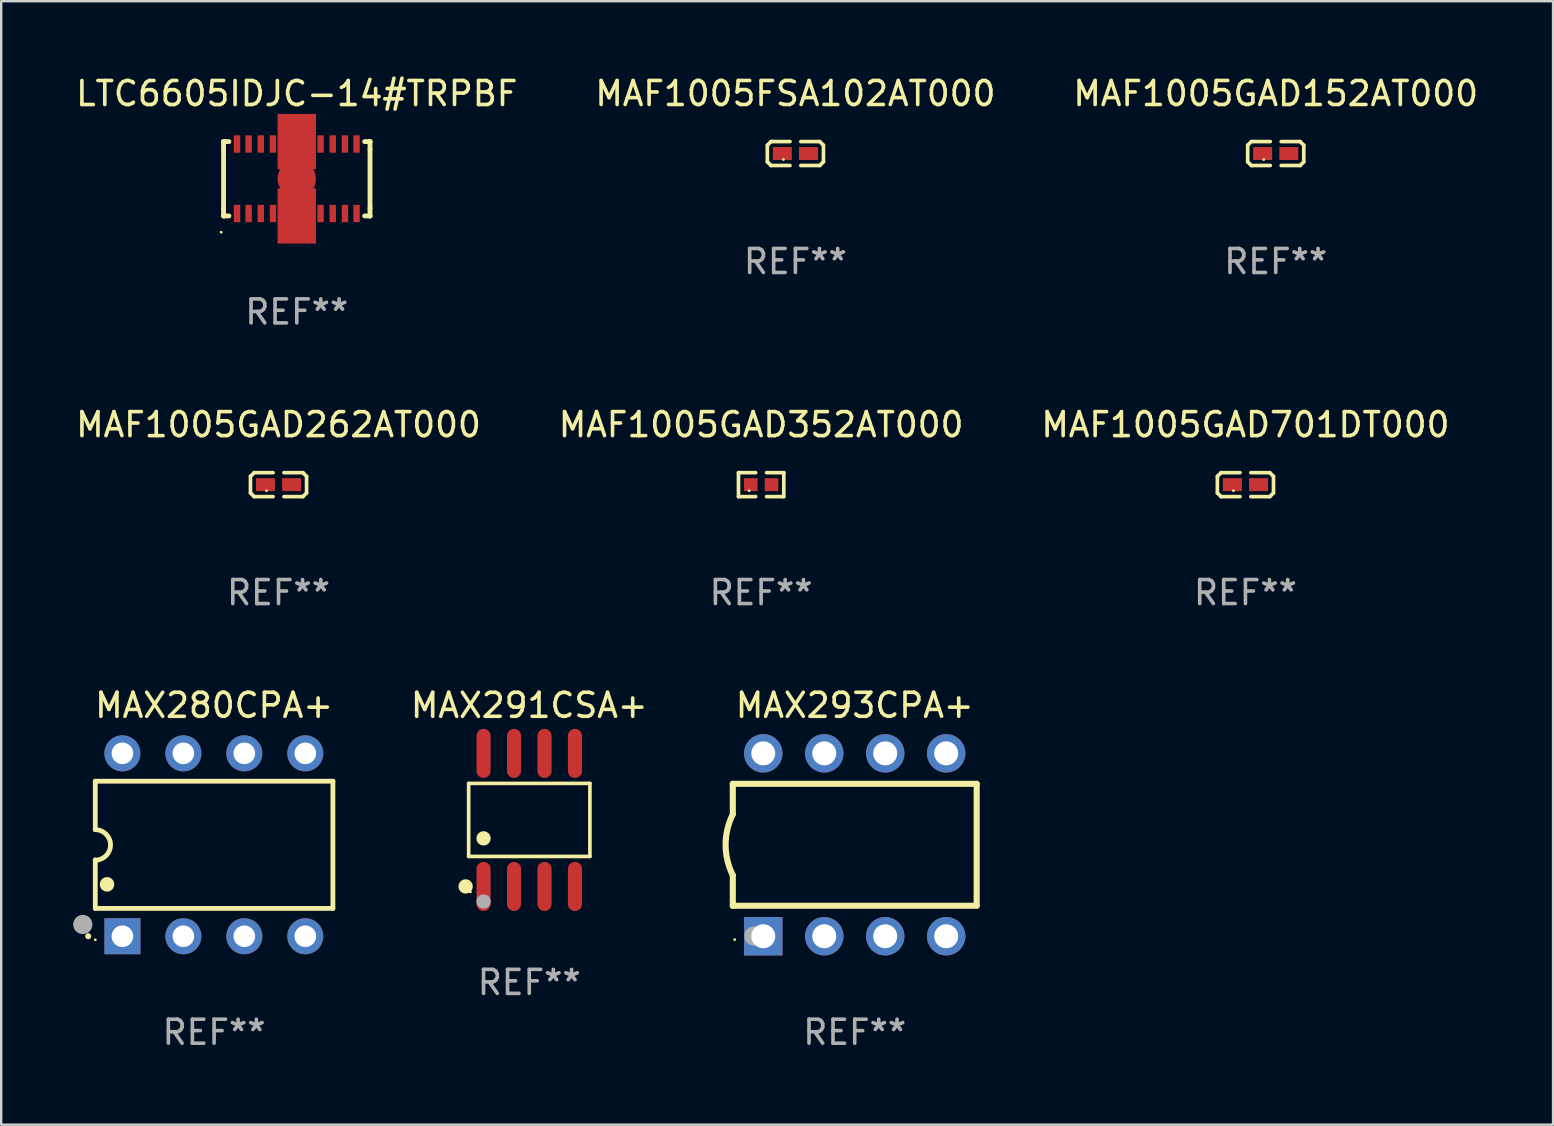
<source format=kicad_pcb>
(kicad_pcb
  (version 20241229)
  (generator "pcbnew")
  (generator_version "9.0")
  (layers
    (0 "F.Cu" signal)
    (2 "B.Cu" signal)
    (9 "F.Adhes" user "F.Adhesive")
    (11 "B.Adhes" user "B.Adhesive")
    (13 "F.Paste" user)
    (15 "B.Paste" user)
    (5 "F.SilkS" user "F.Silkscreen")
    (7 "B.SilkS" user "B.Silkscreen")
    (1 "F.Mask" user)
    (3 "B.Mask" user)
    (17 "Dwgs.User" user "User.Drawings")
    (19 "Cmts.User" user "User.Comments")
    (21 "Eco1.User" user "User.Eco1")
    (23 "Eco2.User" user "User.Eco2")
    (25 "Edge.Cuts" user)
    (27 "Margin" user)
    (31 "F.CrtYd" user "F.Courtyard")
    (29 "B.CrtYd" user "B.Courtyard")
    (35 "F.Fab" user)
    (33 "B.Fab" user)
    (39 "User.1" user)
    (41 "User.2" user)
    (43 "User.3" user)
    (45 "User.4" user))
  (footprint "MAF1005GAD701DT000"
    (layer "F.Cu")
    (at 48.839 17.142)
    (property "Reference" "MAF1005GAD701DT000" (at 0 -2.499 0) (layer "F.SilkS") (effects (font (size 1 1) (thickness 0.15))))
    (attr through_hole)
    (fp_line (start -1.169 -0.346) (end -1.016 -0.499) (stroke (width 0.152) (type solid)) (layer "F.SilkS"))
    (fp_line (start -1.169 0.346) (end -1.169 -0.346) (stroke (width 0.152) (type solid)) (layer "F.SilkS"))
    (fp_line (start -1.016 -0.499) (end -0.226 -0.499) (stroke (width 0.152) (type solid)) (layer "F.SilkS"))
    (fp_line (start -1.016 0.499) (end -1.169 0.346) (stroke (width 0.152) (type solid)) (layer "F.SilkS"))
    (fp_line (start -0.226 0.499) (end -1.016 0.499) (stroke (width 0.152) (type solid)) (layer "F.SilkS"))
    (fp_line (start 0.226 0.499) (end 1.016 0.499) (stroke (width 0.152) (type solid)) (layer "F.SilkS"))
    (fp_line (start 1.016 -0.499) (end 0.226 -0.499) (stroke (width 0.152) (type solid)) (layer "F.SilkS"))
    (fp_line (start 1.016 0.499) (end 1.169 0.346) (stroke (width 0.152) (type solid)) (layer "F.SilkS"))
    (fp_line (start 1.169 -0.346) (end 1.016 -0.499) (stroke (width 0.152) (type solid)) (layer "F.SilkS"))
    (fp_line (start 1.169 0.346) (end 1.169 -0.346) (stroke (width 0.152) (type solid)) (layer "F.SilkS"))
    (fp_circle (center -0.5 0.25) (end -0.47 0.25) (stroke (width 0.06) (type solid)) (fill no) (layer "F.SilkS"))
    (fp_text user "REF**" (at 0 4.499 0) (layer "F.Fab") (effects (font (size 1 1) (thickness 0.15))))
    (pad "1" smd rect (at -0.545 0) (size 0.79 0.54) (layers "F.Cu" "F.Mask" "F.Paste"))
    (pad "2" smd rect (at 0.545 0) (size 0.79 0.54) (layers "F.Cu" "F.Mask" "F.Paste")))
  (footprint "MAF1005GAD152AT000"
    (layer "F.Cu")
    (at 50.101 3.347)
    (property "Reference" "MAF1005GAD152AT000" (at 0 -2.499 0) (layer "F.SilkS") (effects (font (size 1 1) (thickness 0.15))))
    (attr through_hole)
    (fp_line (start -1.169 -0.346) (end -1.016 -0.499) (stroke (width 0.152) (type solid)) (layer "F.SilkS"))
    (fp_line (start -1.169 0.346) (end -1.169 -0.346) (stroke (width 0.152) (type solid)) (layer "F.SilkS"))
    (fp_line (start -1.016 -0.499) (end -0.226 -0.499) (stroke (width 0.152) (type solid)) (layer "F.SilkS"))
    (fp_line (start -1.016 0.499) (end -1.169 0.346) (stroke (width 0.152) (type solid)) (layer "F.SilkS"))
    (fp_line (start -0.226 0.499) (end -1.016 0.499) (stroke (width 0.152) (type solid)) (layer "F.SilkS"))
    (fp_line (start 0.226 0.499) (end 1.016 0.499) (stroke (width 0.152) (type solid)) (layer "F.SilkS"))
    (fp_line (start 1.016 -0.499) (end 0.226 -0.499) (stroke (width 0.152) (type solid)) (layer "F.SilkS"))
    (fp_line (start 1.016 0.499) (end 1.169 0.346) (stroke (width 0.152) (type solid)) (layer "F.SilkS"))
    (fp_line (start 1.169 -0.346) (end 1.016 -0.499) (stroke (width 0.152) (type solid)) (layer "F.SilkS"))
    (fp_line (start 1.169 0.346) (end 1.169 -0.346) (stroke (width 0.152) (type solid)) (layer "F.SilkS"))
    (fp_circle (center -0.5 0.25) (end -0.47 0.25) (stroke (width 0.06) (type solid)) (fill no) (layer "F.SilkS"))
    (fp_text user "REF**" (at 0 4.499 0) (layer "F.Fab") (effects (font (size 1 1) (thickness 0.15))))
    (pad "1" smd rect (at -0.545 0) (size 0.79 0.54) (layers "F.Cu" "F.Mask" "F.Paste"))
    (pad "2" smd rect (at 0.545 0) (size 0.79 0.54) (layers "F.Cu" "F.Mask" "F.Paste")))
  (footprint "MAF1005GAD352AT000"
    (layer "F.Cu")
    (at 28.661 17.142)
    (property "Reference" "MAF1005GAD352AT000" (at 0 -2.499 0) (layer "F.SilkS") (effects (font (size 1 1) (thickness 0.15))))
    (attr through_hole)
    (fp_line (start -0.944 -0.499) (end -0.226 -0.499) (stroke (width 0.152) (type solid)) (layer "F.SilkS"))
    (fp_line (start -0.944 0.499) (end -0.944 -0.499) (stroke (width 0.152) (type solid)) (layer "F.SilkS"))
    (fp_line (start -0.226 0.499) (end -0.944 0.499) (stroke (width 0.152) (type solid)) (layer "F.SilkS"))
    (fp_line (start 0.226 0.499) (end 0.944 0.499) (stroke (width 0.152) (type solid)) (layer "F.SilkS"))
    (fp_line (start 0.944 -0.499) (end 0.226 -0.499) (stroke (width 0.152) (type solid)) (layer "F.SilkS"))
    (fp_line (start 0.944 0.499) (end 0.944 -0.499) (stroke (width 0.152) (type solid)) (layer "F.SilkS"))
    (fp_circle (center -0.5 0.25) (end -0.47 0.25) (stroke (width 0.06) (type solid)) (fill no) (layer "F.SilkS"))
    (fp_text user "REF**" (at 0 4.499 0) (layer "F.Fab") (effects (font (size 1 1) (thickness 0.15))))
    (pad "1" smd rect (at -0.433 0) (size 0.566 0.54) (layers "F.Cu" "F.Mask" "F.Paste"))
    (pad "2" smd rect (at 0.433 0) (size 0.566 0.54) (layers "F.Cu" "F.Mask" "F.Paste")))
  (footprint "MAF1005GAD262AT000"
    (layer "F.Cu")
    (at 8.554 17.142)
    (property "Reference" "MAF1005GAD262AT000" (at 0 -2.499 0) (layer "F.SilkS") (effects (font (size 1 1) (thickness 0.15))))
    (attr through_hole)
    (fp_line (start -1.169 -0.346) (end -1.016 -0.499) (stroke (width 0.152) (type solid)) (layer "F.SilkS"))
    (fp_line (start -1.169 0.346) (end -1.169 -0.346) (stroke (width 0.152) (type solid)) (layer "F.SilkS"))
    (fp_line (start -1.016 -0.499) (end -0.226 -0.499) (stroke (width 0.152) (type solid)) (layer "F.SilkS"))
    (fp_line (start -1.016 0.499) (end -1.169 0.346) (stroke (width 0.152) (type solid)) (layer "F.SilkS"))
    (fp_line (start -0.226 0.499) (end -1.016 0.499) (stroke (width 0.152) (type solid)) (layer "F.SilkS"))
    (fp_line (start 0.226 0.499) (end 1.016 0.499) (stroke (width 0.152) (type solid)) (layer "F.SilkS"))
    (fp_line (start 1.016 -0.499) (end 0.226 -0.499) (stroke (width 0.152) (type solid)) (layer "F.SilkS"))
    (fp_line (start 1.016 0.499) (end 1.169 0.346) (stroke (width 0.152) (type solid)) (layer "F.SilkS"))
    (fp_line (start 1.169 -0.346) (end 1.016 -0.499) (stroke (width 0.152) (type solid)) (layer "F.SilkS"))
    (fp_line (start 1.169 0.346) (end 1.169 -0.346) (stroke (width 0.152) (type solid)) (layer "F.SilkS"))
    (fp_circle (center -0.5 0.25) (end -0.47 0.25) (stroke (width 0.06) (type solid)) (fill no) (layer "F.SilkS"))
    (fp_text user "REF**" (at 0 4.499 0) (layer "F.Fab") (effects (font (size 1 1) (thickness 0.15))))
    (pad "1" smd rect (at -0.545 0) (size 0.79 0.54) (layers "F.Cu" "F.Mask" "F.Paste"))
    (pad "2" smd rect (at 0.545 0) (size 0.79 0.54) (layers "F.Cu" "F.Mask" "F.Paste")))
  (footprint "MAF1005FSA102AT000"
    (layer "F.Cu")
    (at 30.089 3.347)
    (property "Reference" "MAF1005FSA102AT000" (at 0 -2.499 0) (layer "F.SilkS") (effects (font (size 1 1) (thickness 0.15))))
    (attr through_hole)
    (fp_line (start -1.169 -0.346) (end -1.016 -0.499) (stroke (width 0.152) (type solid)) (layer "F.SilkS"))
    (fp_line (start -1.169 0.346) (end -1.169 -0.346) (stroke (width 0.152) (type solid)) (layer "F.SilkS"))
    (fp_line (start -1.016 -0.499) (end -0.226 -0.499) (stroke (width 0.152) (type solid)) (layer "F.SilkS"))
    (fp_line (start -1.016 0.499) (end -1.169 0.346) (stroke (width 0.152) (type solid)) (layer "F.SilkS"))
    (fp_line (start -0.226 0.499) (end -1.016 0.499) (stroke (width 0.152) (type solid)) (layer "F.SilkS"))
    (fp_line (start 0.226 0.499) (end 1.016 0.499) (stroke (width 0.152) (type solid)) (layer "F.SilkS"))
    (fp_line (start 1.016 -0.499) (end 0.226 -0.499) (stroke (width 0.152) (type solid)) (layer "F.SilkS"))
    (fp_line (start 1.016 0.499) (end 1.169 0.346) (stroke (width 0.152) (type solid)) (layer "F.SilkS"))
    (fp_line (start 1.169 -0.346) (end 1.016 -0.499) (stroke (width 0.152) (type solid)) (layer "F.SilkS"))
    (fp_line (start 1.169 0.346) (end 1.169 -0.346) (stroke (width 0.152) (type solid)) (layer "F.SilkS"))
    (fp_circle (center -0.5 0.25) (end -0.47 0.25) (stroke (width 0.06) (type solid)) (fill no) (layer "F.SilkS"))
    (fp_text user "REF**" (at 0 4.499 0) (layer "F.Fab") (effects (font (size 1 1) (thickness 0.15))))
    (pad "1" smd rect (at -0.545 0) (size 0.79 0.54) (layers "F.Cu" "F.Mask" "F.Paste"))
    (pad "2" smd rect (at 0.545 0) (size 0.79 0.54) (layers "F.Cu" "F.Mask" "F.Paste")))
  (footprint "MAX293CPA+"
    (layer "F.Cu")
    (at 32.561 32.147)
    (property "Reference" "MAX293CPA+" (at 0 -5.81 0) (layer "F.SilkS") (effects (font (size 1 1) (thickness 0.15))))
    (attr through_hole)
    (fp_line (start -5.08 -1.27) (end -5.08 -2.54) (stroke (width 0.254) (type solid)) (layer "F.SilkS"))
    (fp_line (start -5.08 2.54) (end -5.08 1.27) (stroke (width 0.254) (type solid)) (layer "F.SilkS"))
    (fp_line (start 5.08 -2.54) (end -5.08 -2.54) (stroke (width 0.254) (type solid)) (layer "F.SilkS"))
    (fp_line (start 5.08 2.54) (end -5.08 2.54) (stroke (width 0.254) (type solid)) (layer "F.SilkS"))
    (fp_line (start 5.08 2.54) (end 5.08 -2.54) (stroke (width 0.254) (type solid)) (layer "F.SilkS"))
    (fp_arc (start -5.080011 1.270002) (mid -5.379818 -0.000001) (end -5.08001 -1.270003) (stroke (width 0.254001) (type solid)) (layer "F.SilkS"))
    (fp_circle (center -5 3.95) (end -4.97 3.95) (stroke (width 0.06) (type solid)) (fill no) (layer "F.SilkS"))
    (fp_circle (center -4.2 3.8) (end -4 3.8) (stroke (width 0.4) (type solid)) (fill no) (layer "F.Fab"))
    (fp_text user "REF**" (at 0 7.81 0) (layer "F.Fab") (effects (font (size 1 1) (thickness 0.15))))
    (pad "1" thru_hole rect (at -3.81 3.81) (size 1.6 1.6) (drill 1) (layers "*.Cu" "*.Mask"))
    (pad "2" thru_hole circle (at -1.27 3.81) (size 1.6 1.6) (drill 1) (layers "*.Cu" "*.Mask"))
    (pad "3" thru_hole circle (at 1.27 3.81) (size 1.6 1.6) (drill 1) (layers "*.Cu" "*.Mask"))
    (pad "4" thru_hole circle (at 3.81 3.81) (size 1.6 1.6) (drill 1) (layers "*.Cu" "*.Mask"))
    (pad "5" thru_hole circle (at 3.81 -3.81) (size 1.6 1.6) (drill 1) (layers "*.Cu" "*.Mask"))
    (pad "6" thru_hole circle (at 1.27 -3.81) (size 1.6 1.6) (drill 1) (layers "*.Cu" "*.Mask"))
    (pad "7" thru_hole circle (at -1.27 -3.81) (size 1.6 1.6) (drill 1) (layers "*.Cu" "*.Mask"))
    (pad "8" thru_hole circle (at -3.81 -3.81) (size 1.6 1.6) (drill 1) (layers "*.Cu" "*.Mask")))
  (footprint "MAX280CPA+"
    (layer "F.Cu")
    (at 5.87 32.147)
    (property "Reference" "MAX280CPA+" (at 0 -5.81 0) (layer "F.SilkS") (effects (font (size 1 1) (thickness 0.15))))
    (attr through_hole)
    (fp_line (start -4.95 -2.649) (end 4.95 -2.649) (stroke (width 0.2) (type solid)) (layer "F.SilkS"))
    (fp_line (start -4.95 -0.635) (end -4.95 -2.649) (stroke (width 0.2) (type solid)) (layer "F.SilkS"))
    (fp_line (start -4.95 0.635) (end -4.95 0.64) (stroke (width 0.2) (type solid)) (layer "F.SilkS"))
    (fp_line (start -4.95 2.649) (end -4.95 0.635) (stroke (width 0.2) (type solid)) (layer "F.SilkS"))
    (fp_line (start -4.95 -0.64) (end -4.95 -0.635) (stroke (width 0.2) (type solid)) (layer "F.SilkS"))
    (fp_line (start 4.95 -2.649) (end 4.95 2.649) (stroke (width 0.2) (type solid)) (layer "F.SilkS"))
    (fp_line (start 4.95 2.649) (end -4.95 2.649) (stroke (width 0.2) (type solid)) (layer "F.SilkS"))
    (fp_arc (start -5.24511 3.810008) (mid -5.245117 3.808738) (end -5.24511 3.807468) (stroke (width 0.25) (type solid)) (layer "F.SilkS"))
    (fp_arc (start -4.950165 -0.629997) (mid -4.315164 0.005004) (end -4.950165 0.640005) (stroke (width 0.2) (type solid)) (layer "F.SilkS"))
    (fp_arc (start -4.460249 1.651003) (mid -4.46026 1.648463) (end -4.460249 1.645923) (stroke (width 0.6) (type solid)) (layer "F.SilkS"))
    (fp_circle (center -4.95 3.956) (end -4.92 3.956) (stroke (width 0.06) (type solid)) (fill no) (layer "F.SilkS"))
    (fp_circle (center -5.47 3.32) (end -5.27 3.32) (stroke (width 0.4) (type solid)) (fill no) (layer "F.Fab"))
    (fp_text user "REF**" (at 0 7.81 0) (layer "F.Fab") (effects (font (size 1 1) (thickness 0.15))))
    (pad "1" thru_hole rect (at -3.82 3.81) (size 1.5 1.5) (drill 0.9) (layers "*.Cu" "*.Mask"))
    (pad "2" thru_hole circle (at -1.28 3.81) (size 1.5 1.5) (drill 0.9) (layers "*.Cu" "*.Mask"))
    (pad "3" thru_hole circle (at 1.26 3.81) (size 1.5 1.5) (drill 0.9) (layers "*.Cu" "*.Mask"))
    (pad "4" thru_hole circle (at 3.8 3.81) (size 1.5 1.5) (drill 0.9) (layers "*.Cu" "*.Mask"))
    (pad "5" thru_hole circle (at 3.8 -3.81) (size 1.5 1.5) (drill 0.9) (layers "*.Cu" "*.Mask"))
    (pad "6" thru_hole circle (at 1.26 -3.81) (size 1.5 1.5) (drill 0.9) (layers "*.Cu" "*.Mask"))
    (pad "7" thru_hole circle (at -1.28 -3.81) (size 1.5 1.5) (drill 0.9) (layers "*.Cu" "*.Mask"))
    (pad "8" thru_hole circle (at -3.82 -3.81) (size 1.5 1.5) (drill 0.9) (layers "*.Cu" "*.Mask")))
  (footprint "LTC6605IDJC-14#TRPBF"
    (layer "F.Cu")
    (at 9.315 4.398)
    (property "Reference" "LTC6605IDJC-14#TRPBF" (at 0 -3.549 0) (layer "F.SilkS") (effects (font (size 1 1) (thickness 0.15))))
    (attr through_hole)
    (fp_line (start -3.051 -1.549) (end -3.025 -1.549) (stroke (width 0.201) (type solid)) (layer "F.SilkS"))
    (fp_line (start -3.051 -1.224) (end -3.051 -1.549) (stroke (width 0.201) (type solid)) (layer "F.SilkS"))
    (fp_line (start -3.051 1.224) (end -3.051 -1.224) (stroke (width 0.2) (type solid)) (layer "F.SilkS"))
    (fp_line (start -3.051 1.549) (end -3.051 1.224) (stroke (width 0.201) (type solid)) (layer "F.SilkS"))
    (fp_line (start -3.051 1.549) (end -2.827 1.549) (stroke (width 0.2) (type solid)) (layer "F.SilkS"))
    (fp_line (start -3.025 1.549) (end -3.051 1.549) (stroke (width 0.201) (type solid)) (layer "F.SilkS"))
    (fp_line (start -2.827 -1.549) (end -3.051 -1.549) (stroke (width 0.2) (type solid)) (layer "F.SilkS"))
    (fp_line (start 2.827 1.549) (end 3.051 1.549) (stroke (width 0.2) (type solid)) (layer "F.SilkS"))
    (fp_line (start 3.051 -1.549) (end 2.827 -1.549) (stroke (width 0.2) (type solid)) (layer "F.SilkS"))
    (fp_line (start 3.051 -1.549) (end 3.025 -1.549) (stroke (width 0.201) (type solid)) (layer "F.SilkS"))
    (fp_line (start 3.051 -1.224) (end 3.051 -1.549) (stroke (width 0.201) (type solid)) (layer "F.SilkS"))
    (fp_line (start 3.051 -1.224) (end 3.051 1.224) (stroke (width 0.2) (type solid)) (layer "F.SilkS"))
    (fp_line (start 3.051 1.224) (end 3.051 1.549) (stroke (width 0.201) (type solid)) (layer "F.SilkS"))
    (fp_line (start 3.051 1.549) (end 3.025 1.549) (stroke (width 0.201) (type solid)) (layer "F.SilkS"))
    (fp_circle (center -3.151 2.227) (end -3.121 2.227) (stroke (width 0.06) (type solid)) (fill no) (layer "F.SilkS"))
    (fp_text user "REF**" (at 0 5.549 0) (layer "F.Fab") (effects (font (size 1 1) (thickness 0.15))))
    (pad "1" smd rect (at -2.489 1.448 180) (size 0.267 0.724) (layers "F.Cu" "F.Mask" "F.Paste"))
    (pad "2" smd rect (at -2.007 1.448 180) (size 0.267 0.724) (layers "F.Cu" "F.Mask" "F.Paste"))
    (pad "3" smd rect (at -1.499 1.448 180) (size 0.267 0.724) (layers "F.Cu" "F.Mask" "F.Paste"))
    (pad "4" smd rect (at -0.991 1.448 180) (size 0.267 0.724) (layers "F.Cu" "F.Mask" "F.Paste"))
    (pad "5" smd rect (at -0.508 1.448 180) (size 0.267 0.724) (layers "F.Cu" "F.Mask" "F.Paste"))
    (pad "6" smd rect (at 0 1.448 180) (size 0.267 0.724) (layers "F.Cu" "F.Mask" "F.Paste"))
    (pad "7" smd rect (at 0.508 1.448 180) (size 0.267 0.724) (layers "F.Cu" "F.Mask" "F.Paste"))
    (pad "8" smd rect (at 0.991 1.448 180) (size 0.267 0.724) (layers "F.Cu" "F.Mask" "F.Paste"))
    (pad "9" smd rect (at 1.499 1.448 180) (size 0.267 0.724) (layers "F.Cu" "F.Mask" "F.Paste"))
    (pad "10" smd rect (at 2.007 1.448 180) (size 0.267 0.724) (layers "F.Cu" "F.Mask" "F.Paste"))
    (pad "11" smd rect (at 2.489 1.448 180) (size 0.267 0.724) (layers "F.Cu" "F.Mask" "F.Paste"))
    (pad "12" smd rect (at 2.489 -1.448 180) (size 0.267 0.724) (layers "F.Cu" "F.Mask" "F.Paste"))
    (pad "13" smd rect (at 2.007 -1.448 180) (size 0.267 0.724) (layers "F.Cu" "F.Mask" "F.Paste"))
    (pad "14" smd rect (at 1.499 -1.448 180) (size 0.267 0.724) (layers "F.Cu" "F.Mask" "F.Paste"))
    (pad "15" smd rect (at 0.991 -1.448 180) (size 0.267 0.724) (layers "F.Cu" "F.Mask" "F.Paste"))
    (pad "16" smd rect (at 0.508 -1.448 180) (size 0.267 0.724) (layers "F.Cu" "F.Mask" "F.Paste"))
    (pad "17" smd rect (at 0 -1.448 180) (size 0.267 0.724) (layers "F.Cu" "F.Mask" "F.Paste"))
    (pad "18" smd rect (at -0.508 -1.448 180) (size 0.267 0.724) (layers "F.Cu" "F.Mask" "F.Paste"))
    (pad "19" smd rect (at -0.991 -1.448 180) (size 0.267 0.724) (layers "F.Cu" "F.Mask" "F.Paste"))
    (pad "20" smd rect (at -1.499 -1.448 180) (size 0.267 0.724) (layers "F.Cu" "F.Mask" "F.Paste"))
    (pad "21" smd rect (at -2.007 -1.448 180) (size 0.267 0.724) (layers "F.Cu" "F.Mask" "F.Paste"))
    (pad "22" smd rect (at -2.489 -1.448 180) (size 0.267 0.724) (layers "F.Cu" "F.Mask" "F.Paste"))
    (pad "23" smd custom (at 0 0 90) (size 1.6 5.4) (layers "F.Cu" "F.Mask" "F.Paste") (options (anchor circle)) (primitives (gr_poly (pts (xy -2.7 0.8) (xy -2.7 -0.8) (xy -0.4 -0.8) (xy -0.4 -0.5) (xy 0.4 -0.5) (xy 0.4 -0.8) (xy 2.7 -0.8) (xy 2.7 0.8) (xy 0.4 0.8) (xy 0.4 0.5) (xy -0.4 0.5) (xy -0.4 0.8) (xy -2.7 0.8)) (width 0) (fill yes)))))
  (footprint "MAX291CSA+"
    (layer "F.Cu")
    (at 19.001 31.11)
    (property "Reference" "MAX291CSA+" (at 0 -4.772 0) (layer "F.SilkS") (effects (font (size 1 1) (thickness 0.15))))
    (attr through_hole)
    (fp_line (start -2.526 -1.521) (end 2.526 -1.521) (stroke (width 0.152) (type solid)) (layer "F.SilkS"))
    (fp_line (start -2.526 1.521) (end -2.526 -1.521) (stroke (width 0.152) (type solid)) (layer "F.SilkS"))
    (fp_line (start 2.526 -1.521) (end 2.526 1.521) (stroke (width 0.152) (type solid)) (layer "F.SilkS"))
    (fp_line (start 2.526 1.521) (end -2.526 1.521) (stroke (width 0.152) (type solid)) (layer "F.SilkS"))
    (fp_circle (center -2.652 2.772) (end -2.501 2.772) (stroke (width 0.3) (type solid)) (fill no) (layer "F.SilkS"))
    (fp_circle (center -2.45 3) (end -2.42 3) (stroke (width 0.06) (type solid)) (fill no) (layer "F.SilkS"))
    (fp_circle (center -1.905 0.769) (end -1.755 0.769) (stroke (width 0.3) (type solid)) (fill no) (layer "F.SilkS"))
    (fp_circle (center -1.905 3.4) (end -1.755 3.4) (stroke (width 0.3) (type solid)) (fill no) (layer "F.Fab"))
    (fp_text user "REF**" (at 0 6.772 0) (layer "F.Fab") (effects (font (size 1 1) (thickness 0.15))))
    (pad "1" smd oval (at -1.905 2.772) (size 0.588 2.045) (layers "F.Cu" "F.Mask" "F.Paste"))
    (pad "2" smd oval (at -0.635 2.772) (size 0.588 2.045) (layers "F.Cu" "F.Mask" "F.Paste"))
    (pad "3" smd oval (at 0.635 2.772) (size 0.588 2.045) (layers "F.Cu" "F.Mask" "F.Paste"))
    (pad "4" smd oval (at 1.905 2.772) (size 0.588 2.045) (layers "F.Cu" "F.Mask" "F.Paste"))
    (pad "5" smd oval (at 1.905 -2.772) (size 0.588 2.045) (layers "F.Cu" "F.Mask" "F.Paste"))
    (pad "6" smd oval (at 0.635 -2.772) (size 0.588 2.045) (layers "F.Cu" "F.Mask" "F.Paste"))
    (pad "7" smd oval (at -0.635 -2.772) (size 0.588 2.045) (layers "F.Cu" "F.Mask" "F.Paste"))
    (pad "8" smd oval (at -1.905 -2.772) (size 0.588 2.045) (layers "F.Cu" "F.Mask" "F.Paste")))
  (gr_rect
    (start -3 -3)
    (end 61.655 43.806)
    (stroke (width 0.1) (type default))
    (fill no)
    (layer "Edge.Cuts")))
</source>
